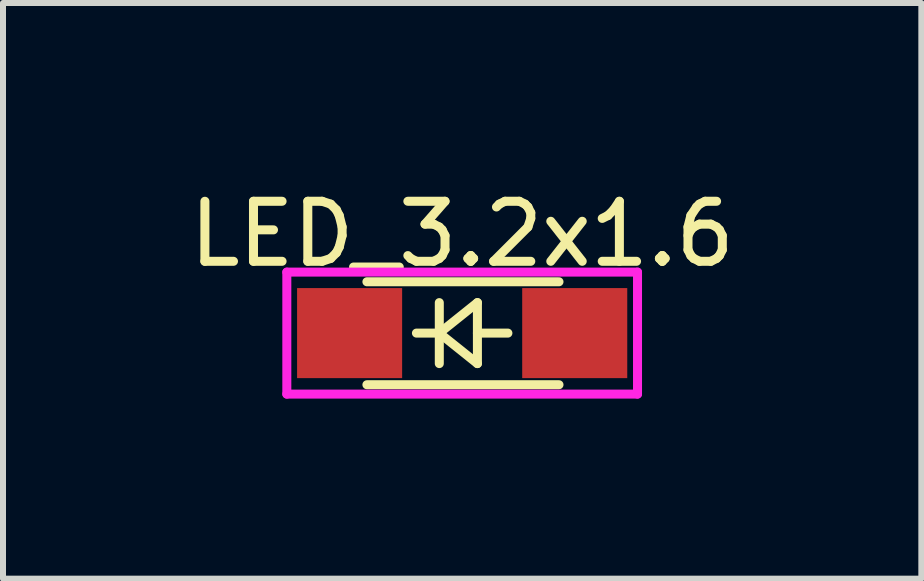
<source format=kicad_pcb>
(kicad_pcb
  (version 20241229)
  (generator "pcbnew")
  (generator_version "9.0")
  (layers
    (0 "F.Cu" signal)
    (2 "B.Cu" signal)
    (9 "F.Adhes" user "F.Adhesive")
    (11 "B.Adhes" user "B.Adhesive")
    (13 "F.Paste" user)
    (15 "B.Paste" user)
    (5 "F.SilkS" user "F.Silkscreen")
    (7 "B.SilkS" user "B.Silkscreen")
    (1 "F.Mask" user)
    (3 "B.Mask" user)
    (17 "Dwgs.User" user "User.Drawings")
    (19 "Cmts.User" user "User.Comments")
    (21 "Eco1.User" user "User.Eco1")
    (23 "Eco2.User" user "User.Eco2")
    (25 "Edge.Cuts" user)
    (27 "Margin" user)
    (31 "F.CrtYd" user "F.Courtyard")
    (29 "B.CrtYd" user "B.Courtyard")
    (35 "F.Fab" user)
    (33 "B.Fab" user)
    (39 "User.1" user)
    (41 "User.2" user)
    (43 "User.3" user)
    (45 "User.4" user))
  (footprint "LED_3.2x1.6"
    (layer "F.Cu")
    (at 4.649 2.499)
    (property "Reference" "LED_3.2x1.6" (at 0 -1.651 0) (layer "F.SilkS") (effects (font (size 1 1) (thickness 0.15))))
    (attr smd)
    (fp_line (start -1.587 -0.855) (end 1.613 -0.855) (stroke (width 0.15) (type solid)) (layer "F.SilkS"))
    (fp_line (start -1.587 0.86) (end 1.613 0.86) (stroke (width 0.15) (type solid)) (layer "F.SilkS"))
    (fp_line (start -0.381 -0.508) (end -0.381 0.508) (stroke (width 0.15) (type solid)) (layer "F.SilkS"))
    (fp_line (start -0.381 0) (end -0.762 0) (stroke (width 0.15) (type solid)) (layer "F.SilkS"))
    (fp_line (start -0.381 0) (end 0.254 -0.508) (stroke (width 0.15) (type solid)) (layer "F.SilkS"))
    (fp_line (start 0.254 -0.508) (end 0.254 0.508) (stroke (width 0.15) (type solid)) (layer "F.SilkS"))
    (fp_line (start 0.254 0) (end 0.762 0) (stroke (width 0.15) (type solid)) (layer "F.SilkS"))
    (fp_line (start 0.254 0.508) (end -0.381 0) (stroke (width 0.15) (type solid)) (layer "F.SilkS"))
    (fp_line (start -2.921 -1.016) (end -2.921 1.016) (stroke (width 0.15) (type solid)) (layer "F.CrtYd"))
    (fp_line (start -2.921 1.016) (end 2.921 1.016) (stroke (width 0.15) (type solid)) (layer "F.CrtYd"))
    (fp_line (start 2.921 -1.016) (end -2.921 -1.016) (stroke (width 0.15) (type solid)) (layer "F.CrtYd"))
    (fp_line (start 2.921 1.016) (end 2.921 -1.016) (stroke (width 0.15) (type solid)) (layer "F.CrtYd"))
    (pad "1" smd rect (at -1.875 0 180) (size 1.75 1.5) (layers "F.Cu" "F.Mask" "F.Paste"))
    (pad "2" smd rect (at 1.875 0 180) (size 1.75 1.5) (layers "F.Cu" "F.Mask" "F.Paste")))
  (gr_rect
    (start -3 -3)
    (end 12.298 6.59)
    (stroke (width 0.1) (type default))
    (fill no)
    (layer "Edge.Cuts")))
</source>
